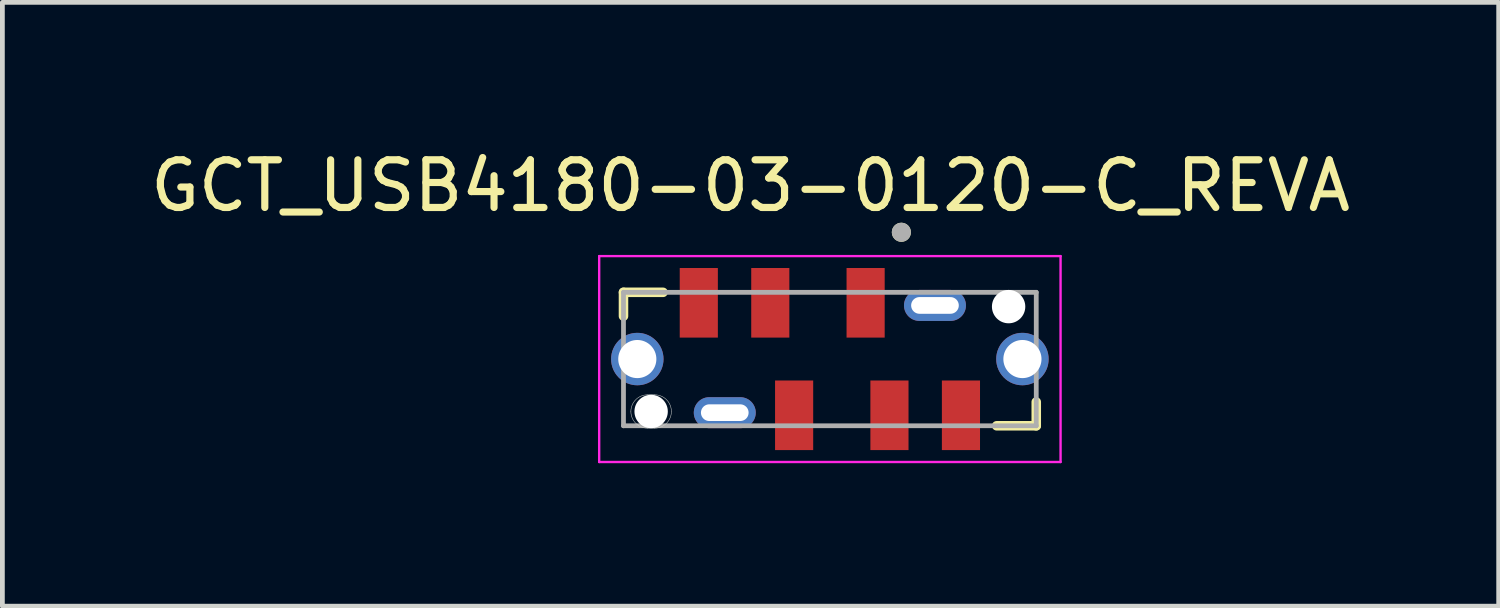
<source format=kicad_pcb>
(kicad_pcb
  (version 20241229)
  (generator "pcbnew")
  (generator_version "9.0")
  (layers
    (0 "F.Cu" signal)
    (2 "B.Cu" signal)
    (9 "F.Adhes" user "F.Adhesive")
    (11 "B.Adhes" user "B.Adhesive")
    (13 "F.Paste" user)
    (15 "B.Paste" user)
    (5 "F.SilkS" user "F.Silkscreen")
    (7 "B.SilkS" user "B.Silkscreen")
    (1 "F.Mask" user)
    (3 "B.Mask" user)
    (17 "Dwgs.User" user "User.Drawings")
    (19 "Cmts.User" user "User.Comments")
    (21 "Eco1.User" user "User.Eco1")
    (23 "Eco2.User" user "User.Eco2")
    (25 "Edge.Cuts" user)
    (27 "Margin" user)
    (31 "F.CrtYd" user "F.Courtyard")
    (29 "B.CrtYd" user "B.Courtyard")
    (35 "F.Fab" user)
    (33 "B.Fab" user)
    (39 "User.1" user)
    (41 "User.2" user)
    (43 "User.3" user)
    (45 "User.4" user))
  (footprint "GCT_USB4180-03-0120-C_REVA"
    (layer "F.Cu")
    (at 14.361 4.483)
    (property "Reference" "GCT_USB4180-03-0120-C_REVA" (at -1.665 -3.635 0) (layer "F.SilkS") (effects (font (size 1 1) (thickness 0.15))))
    (attr smd)
    (fp_poly (pts (xy -4.275 1.1) (xy -4.274 1.076) (xy -4.273 1.053) (xy -4.269 1.03) (xy -4.265 1.006) (xy -4.26 0.984) (xy -4.253 0.961) (xy -4.245 0.939) (xy -4.236 0.917) (xy -4.226 0.896) (xy -4.215 0.875) (xy -4.202 0.855) (xy -4.189 0.835) (xy -4.175 0.817) (xy -4.159 0.799) (xy -4.143 0.782) (xy -4.126 0.766) (xy -4.108 0.75) (xy -4.09 0.736) (xy -4.07 0.723) (xy -4.05 0.71) (xy -4.029 0.699) (xy -4.008 0.689) (xy -3.986 0.68) (xy -3.964 0.672) (xy -3.941 0.665) (xy -3.919 0.66) (xy -3.895 0.656) (xy -3.872 0.652) (xy -3.849 0.651) (xy -3.825 0.65) (xy -3.675 0.65) (xy -3.651 0.651) (xy -3.628 0.652) (xy -3.605 0.656) (xy -3.581 0.66) (xy -3.559 0.665) (xy -3.536 0.672) (xy -3.514 0.68) (xy -3.492 0.689) (xy -3.471 0.699) (xy -3.45 0.71) (xy -3.43 0.723) (xy -3.41 0.736) (xy -3.392 0.75) (xy -3.374 0.766) (xy -3.357 0.782) (xy -3.341 0.799) (xy -3.325 0.817) (xy -3.311 0.835) (xy -3.298 0.855) (xy -3.285 0.875) (xy -3.274 0.896) (xy -3.264 0.917) (xy -3.255 0.939) (xy -3.247 0.961) (xy -3.24 0.984) (xy -3.235 1.006) (xy -3.231 1.03) (xy -3.227 1.053) (xy -3.226 1.076) (xy -3.225 1.1) (xy -3.226 1.124) (xy -3.227 1.147) (xy -3.231 1.17) (xy -3.235 1.194) (xy -3.24 1.216) (xy -3.247 1.239) (xy -3.255 1.261) (xy -3.264 1.283) (xy -3.274 1.304) (xy -3.285 1.325) (xy -3.298 1.345) (xy -3.311 1.365) (xy -3.325 1.383) (xy -3.341 1.401) (xy -3.357 1.418) (xy -3.374 1.434) (xy -3.392 1.45) (xy -3.41 1.464) (xy -3.43 1.477) (xy -3.45 1.49) (xy -3.471 1.501) (xy -3.492 1.511) (xy -3.514 1.52) (xy -3.536 1.528) (xy -3.559 1.535) (xy -3.581 1.54) (xy -3.605 1.544) (xy -3.628 1.548) (xy -3.651 1.549) (xy -3.675 1.55) (xy -3.825 1.55) (xy -3.849 1.549) (xy -3.872 1.548) (xy -3.895 1.544) (xy -3.919 1.54) (xy -3.941 1.535) (xy -3.964 1.528) (xy -3.986 1.52) (xy -4.008 1.511) (xy -4.029 1.501) (xy -4.05 1.49) (xy -4.07 1.477) (xy -4.09 1.464) (xy -4.108 1.45) (xy -4.126 1.434) (xy -4.143 1.418) (xy -4.159 1.401) (xy -4.175 1.383) (xy -4.189 1.365) (xy -4.202 1.345) (xy -4.215 1.325) (xy -4.226 1.304) (xy -4.236 1.283) (xy -4.245 1.261) (xy -4.253 1.239) (xy -4.26 1.216) (xy -4.265 1.194) (xy -4.269 1.17) (xy -4.273 1.147) (xy -4.274 1.124) (xy -4.275 1.1)) (stroke (width 0.01) (type solid)) (fill yes) (layer "F.Mask"))
    (fp_poly (pts (xy -4.275 1.1) (xy -4.274 1.076) (xy -4.273 1.053) (xy -4.269 1.03) (xy -4.265 1.006) (xy -4.26 0.984) (xy -4.253 0.961) (xy -4.245 0.939) (xy -4.236 0.917) (xy -4.226 0.896) (xy -4.215 0.875) (xy -4.202 0.855) (xy -4.189 0.835) (xy -4.175 0.817) (xy -4.159 0.799) (xy -4.143 0.782) (xy -4.126 0.766) (xy -4.108 0.75) (xy -4.09 0.736) (xy -4.07 0.723) (xy -4.05 0.71) (xy -4.029 0.699) (xy -4.008 0.689) (xy -3.986 0.68) (xy -3.964 0.672) (xy -3.941 0.665) (xy -3.919 0.66) (xy -3.895 0.656) (xy -3.872 0.652) (xy -3.849 0.651) (xy -3.825 0.65) (xy -3.675 0.65) (xy -3.651 0.651) (xy -3.628 0.652) (xy -3.605 0.656) (xy -3.581 0.66) (xy -3.559 0.665) (xy -3.536 0.672) (xy -3.514 0.68) (xy -3.492 0.689) (xy -3.471 0.699) (xy -3.45 0.71) (xy -3.43 0.723) (xy -3.41 0.736) (xy -3.392 0.75) (xy -3.374 0.766) (xy -3.357 0.782) (xy -3.341 0.799) (xy -3.325 0.817) (xy -3.311 0.835) (xy -3.298 0.855) (xy -3.285 0.875) (xy -3.274 0.896) (xy -3.264 0.917) (xy -3.255 0.939) (xy -3.247 0.961) (xy -3.24 0.984) (xy -3.235 1.006) (xy -3.231 1.03) (xy -3.227 1.053) (xy -3.226 1.076) (xy -3.225 1.1) (xy -3.226 1.124) (xy -3.227 1.147) (xy -3.231 1.17) (xy -3.235 1.194) (xy -3.24 1.216) (xy -3.247 1.239) (xy -3.255 1.261) (xy -3.264 1.283) (xy -3.274 1.304) (xy -3.285 1.325) (xy -3.298 1.345) (xy -3.311 1.365) (xy -3.325 1.383) (xy -3.341 1.401) (xy -3.357 1.418) (xy -3.374 1.434) (xy -3.392 1.45) (xy -3.41 1.464) (xy -3.43 1.477) (xy -3.45 1.49) (xy -3.471 1.501) (xy -3.492 1.511) (xy -3.514 1.52) (xy -3.536 1.528) (xy -3.559 1.535) (xy -3.581 1.54) (xy -3.605 1.544) (xy -3.628 1.548) (xy -3.651 1.549) (xy -3.675 1.55) (xy -3.825 1.55) (xy -3.849 1.549) (xy -3.872 1.548) (xy -3.895 1.544) (xy -3.919 1.54) (xy -3.941 1.535) (xy -3.964 1.528) (xy -3.986 1.52) (xy -4.008 1.511) (xy -4.029 1.501) (xy -4.05 1.49) (xy -4.07 1.477) (xy -4.09 1.464) (xy -4.108 1.45) (xy -4.126 1.434) (xy -4.143 1.418) (xy -4.159 1.401) (xy -4.175 1.383) (xy -4.189 1.365) (xy -4.202 1.345) (xy -4.215 1.325) (xy -4.226 1.304) (xy -4.236 1.283) (xy -4.245 1.261) (xy -4.253 1.239) (xy -4.26 1.216) (xy -4.265 1.194) (xy -4.269 1.17) (xy -4.273 1.147) (xy -4.274 1.124) (xy -4.275 1.1)) (stroke (width 0.01) (type solid)) (fill yes) (layer "B.Mask"))
    (fp_line (start -4.33 -1.4) (end -4.33 -0.9) (stroke (width 0.2) (type solid)) (layer "F.SilkS"))
    (fp_line (start -3.5 -1.4) (end -4.33 -1.4) (stroke (width 0.2) (type solid)) (layer "F.SilkS"))
    (fp_line (start 4.33 0.9) (end 4.33 1.4) (stroke (width 0.2) (type solid)) (layer "F.SilkS"))
    (fp_line (start 4.33 1.4) (end 3.5 1.4) (stroke (width 0.2) (type solid)) (layer "F.SilkS"))
    (fp_circle (center 1.5 -2.66) (end 1.6 -2.66) (stroke (width 0.2) (type solid)) (fill no) (layer "F.SilkS"))
    (fp_line (start -3.825 1.45) (end -3.675 1.45) (stroke (width 0.01) (type solid)) (layer "Edge.Cuts"))
    (fp_line (start -3.675 0.75) (end -3.825 0.75) (stroke (width 0.01) (type solid)) (layer "Edge.Cuts"))
    (fp_arc (start -4.175 1.1) (mid -4.072487 0.852513) (end -3.825 0.75) (stroke (width 0.01) (type solid)) (layer "Edge.Cuts"))
    (fp_arc (start -3.825 1.45) (mid -4.072487 1.347487) (end -4.175 1.1) (stroke (width 0.01) (type solid)) (layer "Edge.Cuts"))
    (fp_arc (start -3.675 0.75) (mid -3.427513 0.852513) (end -3.325 1.1) (stroke (width 0.01) (type solid)) (layer "Edge.Cuts"))
    (fp_arc (start -3.325 1.1) (mid -3.427513 1.347487) (end -3.675 1.45) (stroke (width 0.01) (type solid)) (layer "Edge.Cuts"))
    (fp_line (start -4.84 -2.16) (end 4.84 -2.16) (stroke (width 0.05) (type solid)) (layer "F.CrtYd"))
    (fp_line (start -4.84 2.16) (end -4.84 -2.16) (stroke (width 0.05) (type solid)) (layer "F.CrtYd"))
    (fp_line (start 4.84 -2.16) (end 4.84 2.16) (stroke (width 0.05) (type solid)) (layer "F.CrtYd"))
    (fp_line (start 4.84 2.16) (end -4.84 2.16) (stroke (width 0.05) (type solid)) (layer "F.CrtYd"))
    (fp_line (start -4.33 -1.4) (end 4.33 -1.4) (stroke (width 0.1) (type solid)) (layer "F.Fab"))
    (fp_line (start -4.33 1.4) (end -4.33 -1.4) (stroke (width 0.1) (type solid)) (layer "F.Fab"))
    (fp_line (start 4.33 -1.4) (end 4.33 1.4) (stroke (width 0.1) (type solid)) (layer "F.Fab"))
    (fp_line (start 4.33 1.4) (end -4.33 1.4) (stroke (width 0.1) (type solid)) (layer "F.Fab"))
    (fp_circle (center 1.5 -2.66) (end 1.6 -2.66) (stroke (width 0.2) (type solid)) (fill no) (layer "F.Fab"))
    (pad "" np_thru_hole circle (at -3.75 1.1) (size 0.7 0.7) (drill 0.7) (layers "*.Cu" "*.Mask"))
    (pad "" np_thru_hole circle (at 3.75 -1.1) (size 0.7 0.7) (drill 0.7) (layers "*.Cu" "*.Mask"))
    (pad "A5" smd rect (at 0.75 -1.18) (size 0.8 1.46) (layers "F.Cu" "F.Mask" "F.Paste"))
    (pad "A9" smd rect (at -1.25 -1.18) (size 0.8 1.46) (layers "F.Cu" "F.Mask" "F.Paste"))
    (pad "A12" smd rect (at -2.75 -1.18) (size 0.8 1.46) (layers "F.Cu" "F.Mask" "F.Paste"))
    (pad "B5" smd rect (at -0.75 1.18) (size 0.8 1.46) (layers "F.Cu" "F.Mask" "F.Paste"))
    (pad "B9" smd rect (at 1.25 1.18) (size 0.8 1.46) (layers "F.Cu" "F.Mask" "F.Paste"))
    (pad "B12" smd rect (at 2.75 1.18) (size 0.8 1.46) (layers "F.Cu" "F.Mask" "F.Paste"))
    (pad "S1" thru_hole oval (at 2.205 -1.125) (size 1.3 0.65) (drill oval 1 0.35) (layers "*.Cu" "*.Mask"))
    (pad "S2" thru_hole circle (at -4.04 0) (size 1.1 1.1) (drill 0.8) (layers "*.Cu" "*.Mask"))
    (pad "S3" thru_hole circle (at 4.04 0) (size 1.1 1.1) (drill 0.8) (layers "*.Cu" "*.Mask"))
    (pad "S4" thru_hole oval (at -2.205 1.125) (size 1.3 0.65) (drill oval 1 0.35) (layers "*.Cu" "*.Mask")))
  (gr_rect
    (start -3 -3)
    (end 28.393 9.668)
    (stroke (width 0.1) (type default))
    (fill no)
    (layer "Edge.Cuts")))
</source>
